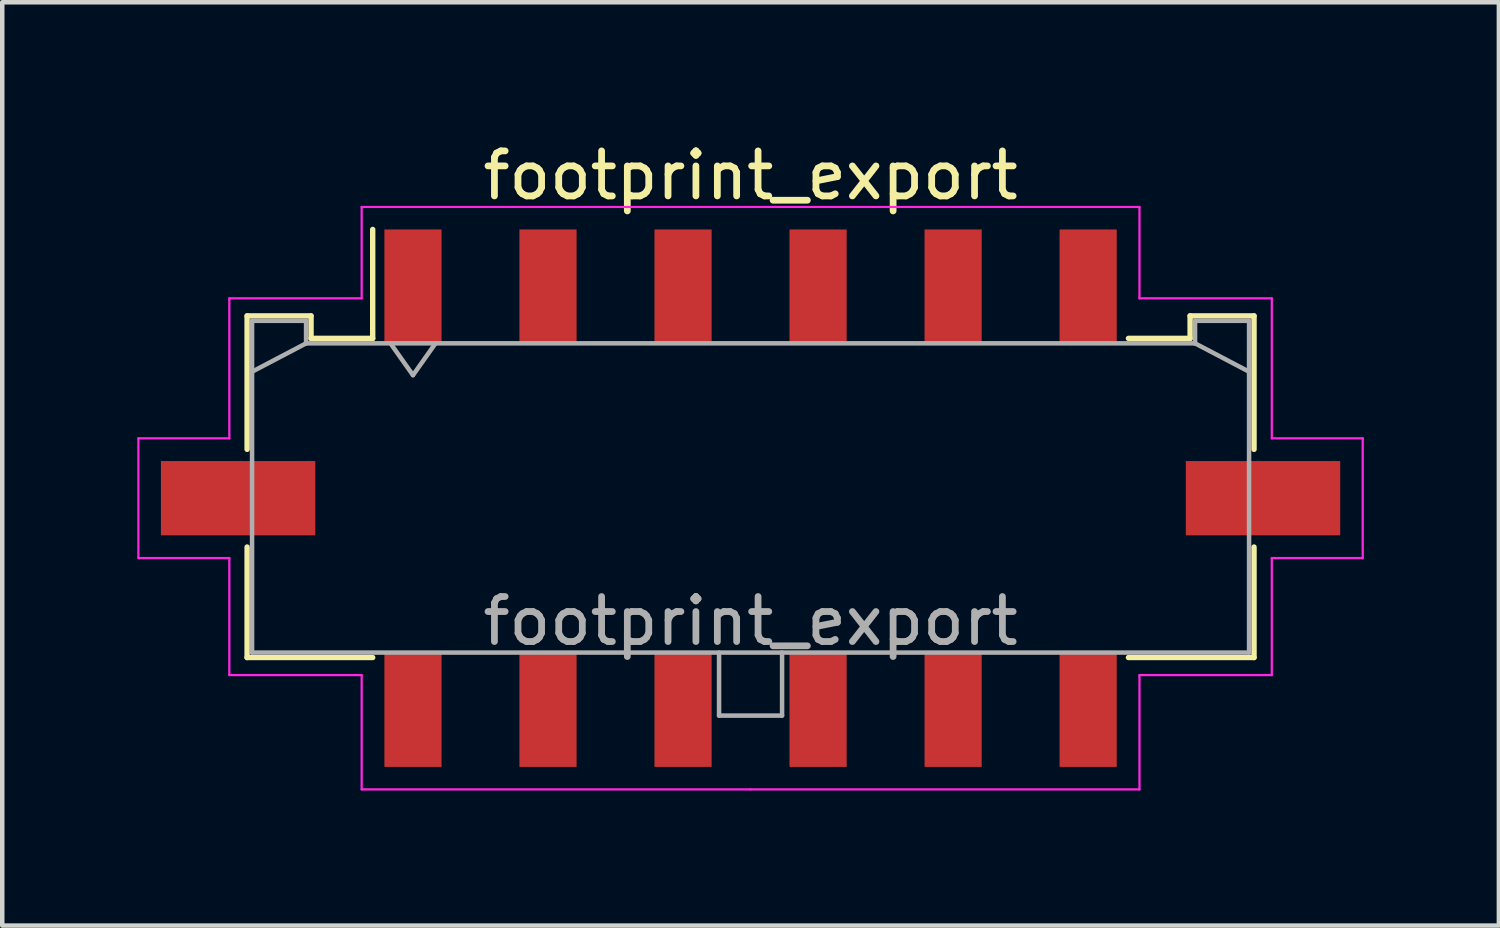
<source format=kicad_pcb>
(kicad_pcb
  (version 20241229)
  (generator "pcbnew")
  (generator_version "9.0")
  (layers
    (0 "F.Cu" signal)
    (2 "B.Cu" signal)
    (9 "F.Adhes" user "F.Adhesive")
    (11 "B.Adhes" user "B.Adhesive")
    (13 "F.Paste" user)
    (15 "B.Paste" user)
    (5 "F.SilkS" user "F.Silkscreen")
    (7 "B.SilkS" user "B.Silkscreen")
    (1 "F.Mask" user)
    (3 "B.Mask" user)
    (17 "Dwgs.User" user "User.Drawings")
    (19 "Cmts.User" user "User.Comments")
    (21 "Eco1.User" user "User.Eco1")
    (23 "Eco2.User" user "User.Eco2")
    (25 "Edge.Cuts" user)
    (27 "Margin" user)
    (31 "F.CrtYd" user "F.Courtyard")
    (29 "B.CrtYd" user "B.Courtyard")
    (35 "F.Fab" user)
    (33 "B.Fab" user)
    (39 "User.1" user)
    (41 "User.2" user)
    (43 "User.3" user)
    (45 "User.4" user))
  (footprint "footprint_export"
    (layer "F.Cu")
    (at 13.625 8.018)
    (property "Reference" "footprint_export" (at 0 -7.17 0) (layer "F.SilkS") (effects (font (size 1 1) (thickness 0.15))))
    (attr smd)
    (fp_line (start -11.185 -4.05) (end -9.765 -4.05) (stroke (width 0.12) (type solid)) (layer "F.SilkS"))
    (fp_line (start -11.185 -1.085) (end -11.185 -4.05) (stroke (width 0.12) (type solid)) (layer "F.SilkS"))
    (fp_line (start -11.185 1.085) (end -11.185 3.54) (stroke (width 0.12) (type solid)) (layer "F.SilkS"))
    (fp_line (start -11.185 3.54) (end -8.395 3.54) (stroke (width 0.12) (type solid)) (layer "F.SilkS"))
    (fp_line (start -9.765 -4.05) (end -9.765 -3.55) (stroke (width 0.12) (type solid)) (layer "F.SilkS"))
    (fp_line (start -9.765 -3.55) (end -8.395 -3.55) (stroke (width 0.12) (type solid)) (layer "F.SilkS"))
    (fp_line (start -8.395 -3.55) (end -8.395 -5.97) (stroke (width 0.12) (type solid)) (layer "F.SilkS"))
    (fp_line (start 9.765 -4.05) (end 9.765 -3.55) (stroke (width 0.12) (type solid)) (layer "F.SilkS"))
    (fp_line (start 9.765 -3.55) (end 8.395 -3.55) (stroke (width 0.12) (type solid)) (layer "F.SilkS"))
    (fp_line (start 11.185 -4.05) (end 9.765 -4.05) (stroke (width 0.12) (type solid)) (layer "F.SilkS"))
    (fp_line (start 11.185 -1.085) (end 11.185 -4.05) (stroke (width 0.12) (type solid)) (layer "F.SilkS"))
    (fp_line (start 11.185 1.085) (end 11.185 3.54) (stroke (width 0.12) (type solid)) (layer "F.SilkS"))
    (fp_line (start 11.185 3.54) (end 8.395 3.54) (stroke (width 0.12) (type solid)) (layer "F.SilkS"))
    (fp_line (start -13.6 -1.33) (end -13.6 1.33) (stroke (width 0.05) (type solid)) (layer "F.CrtYd"))
    (fp_line (start -13.6 1.33) (end -11.58 1.33) (stroke (width 0.05) (type solid)) (layer "F.CrtYd"))
    (fp_line (start -11.58 -4.44) (end -11.58 -1.33) (stroke (width 0.05) (type solid)) (layer "F.CrtYd"))
    (fp_line (start -11.58 -1.33) (end -13.6 -1.33) (stroke (width 0.05) (type solid)) (layer "F.CrtYd"))
    (fp_line (start -11.58 1.33) (end -11.58 3.93) (stroke (width 0.05) (type solid)) (layer "F.CrtYd"))
    (fp_line (start -11.58 3.93) (end -8.64 3.93) (stroke (width 0.05) (type solid)) (layer "F.CrtYd"))
    (fp_line (start -8.64 -6.47) (end -8.64 -4.44) (stroke (width 0.05) (type solid)) (layer "F.CrtYd"))
    (fp_line (start -8.64 -4.44) (end -11.58 -4.44) (stroke (width 0.05) (type solid)) (layer "F.CrtYd"))
    (fp_line (start -8.64 3.93) (end -8.64 6.47) (stroke (width 0.05) (type solid)) (layer "F.CrtYd"))
    (fp_line (start -8.64 6.47) (end 0 6.47) (stroke (width 0.05) (type solid)) (layer "F.CrtYd"))
    (fp_line (start 0 -6.47) (end -8.64 -6.47) (stroke (width 0.05) (type solid)) (layer "F.CrtYd"))
    (fp_line (start 0 -6.47) (end 8.64 -6.47) (stroke (width 0.05) (type solid)) (layer "F.CrtYd"))
    (fp_line (start 8.64 -6.47) (end 8.64 -4.44) (stroke (width 0.05) (type solid)) (layer "F.CrtYd"))
    (fp_line (start 8.64 -4.44) (end 11.58 -4.44) (stroke (width 0.05) (type solid)) (layer "F.CrtYd"))
    (fp_line (start 8.64 3.93) (end 8.64 6.47) (stroke (width 0.05) (type solid)) (layer "F.CrtYd"))
    (fp_line (start 8.64 6.47) (end 0 6.47) (stroke (width 0.05) (type solid)) (layer "F.CrtYd"))
    (fp_line (start 11.58 -4.44) (end 11.58 -1.33) (stroke (width 0.05) (type solid)) (layer "F.CrtYd"))
    (fp_line (start 11.58 -1.33) (end 13.6 -1.33) (stroke (width 0.05) (type solid)) (layer "F.CrtYd"))
    (fp_line (start 11.58 1.33) (end 11.58 3.93) (stroke (width 0.05) (type solid)) (layer "F.CrtYd"))
    (fp_line (start 11.58 3.93) (end 8.64 3.93) (stroke (width 0.05) (type solid)) (layer "F.CrtYd"))
    (fp_line (start 13.6 -1.33) (end 13.6 1.33) (stroke (width 0.05) (type solid)) (layer "F.CrtYd"))
    (fp_line (start 13.6 1.33) (end 11.58 1.33) (stroke (width 0.05) (type solid)) (layer "F.CrtYd"))
    (fp_line (start -11.075 -3.94) (end -11.075 3.43) (stroke (width 0.1) (type solid)) (layer "F.Fab"))
    (fp_line (start -11.075 -2.81) (end -9.875 -3.44) (stroke (width 0.1) (type solid)) (layer "F.Fab"))
    (fp_line (start -11.075 3.43) (end 11.075 3.43) (stroke (width 0.1) (type solid)) (layer "F.Fab"))
    (fp_line (start -9.875 -3.94) (end -11.075 -3.94) (stroke (width 0.1) (type solid)) (layer "F.Fab"))
    (fp_line (start -9.875 -3.44) (end -9.875 -3.94) (stroke (width 0.1) (type solid)) (layer "F.Fab"))
    (fp_line (start -8 -3.44) (end -7.5 -2.733) (stroke (width 0.1) (type solid)) (layer "F.Fab"))
    (fp_line (start -7.5 -2.733) (end -7 -3.44) (stroke (width 0.1) (type solid)) (layer "F.Fab"))
    (fp_line (start -0.7 3.43) (end -0.7 4.83) (stroke (width 0.1) (type solid)) (layer "F.Fab"))
    (fp_line (start -0.7 4.83) (end 0.7 4.83) (stroke (width 0.1) (type solid)) (layer "F.Fab"))
    (fp_line (start 0.7 4.83) (end 0.7 3.43) (stroke (width 0.1) (type solid)) (layer "F.Fab"))
    (fp_line (start 9.875 -3.94) (end 9.875 -3.44) (stroke (width 0.1) (type solid)) (layer "F.Fab"))
    (fp_line (start 9.875 -3.44) (end -9.875 -3.44) (stroke (width 0.1) (type solid)) (layer "F.Fab"))
    (fp_line (start 11.075 -3.94) (end 9.875 -3.94) (stroke (width 0.1) (type solid)) (layer "F.Fab"))
    (fp_line (start 11.075 -2.81) (end 9.875 -3.44) (stroke (width 0.1) (type solid)) (layer "F.Fab"))
    (fp_line (start 11.075 3.43) (end 11.075 -3.94) (stroke (width 0.1) (type solid)) (layer "F.Fab"))
    (fp_text user "${REFERENCE}" (at 0 2.73 0) (layer "F.Fab") (effects (font (size 1 1) (thickness 0.15))))
    (pad "1" smd rect (at -7.5 -4.7) (size 1.27 2.54) (layers "F.Cu" "F.Mask" "F.Paste"))
    (pad "2" smd rect (at -4.5 -4.7) (size 1.27 2.54) (layers "F.Cu" "F.Mask" "F.Paste"))
    (pad "3" smd rect (at -1.5 -4.7) (size 1.27 2.54) (layers "F.Cu" "F.Mask" "F.Paste"))
    (pad "4" smd rect (at 1.5 -4.7) (size 1.27 2.54) (layers "F.Cu" "F.Mask" "F.Paste"))
    (pad "5" smd rect (at 4.5 -4.7) (size 1.27 2.54) (layers "F.Cu" "F.Mask" "F.Paste"))
    (pad "6" smd rect (at 7.5 -4.7) (size 1.27 2.54) (layers "F.Cu" "F.Mask" "F.Paste"))
    (pad "7" smd rect (at -7.5 4.7) (size 1.27 2.54) (layers "F.Cu" "F.Mask" "F.Paste"))
    (pad "8" smd rect (at -4.5 4.7) (size 1.27 2.54) (layers "F.Cu" "F.Mask" "F.Paste"))
    (pad "9" smd rect (at -1.5 4.7) (size 1.27 2.54) (layers "F.Cu" "F.Mask" "F.Paste"))
    (pad "10" smd rect (at 1.5 4.7) (size 1.27 2.54) (layers "F.Cu" "F.Mask" "F.Paste"))
    (pad "11" smd rect (at 4.5 4.7) (size 1.27 2.54) (layers "F.Cu" "F.Mask" "F.Paste"))
    (pad "12" smd rect (at 7.5 4.7) (size 1.27 2.54) (layers "F.Cu" "F.Mask" "F.Paste"))
    (pad "MP" smd rect (at -11.385 0) (size 3.43 1.65) (layers "F.Cu" "F.Mask" "F.Paste"))
    (pad "MP" smd rect (at 11.385 0) (size 3.43 1.65) (layers "F.Cu" "F.Mask" "F.Paste")))
  (gr_rect
    (start -3 -3)
    (end 30.25 17.513)
    (stroke (width 0.1) (type default))
    (fill no)
    (layer "Edge.Cuts")))
</source>
